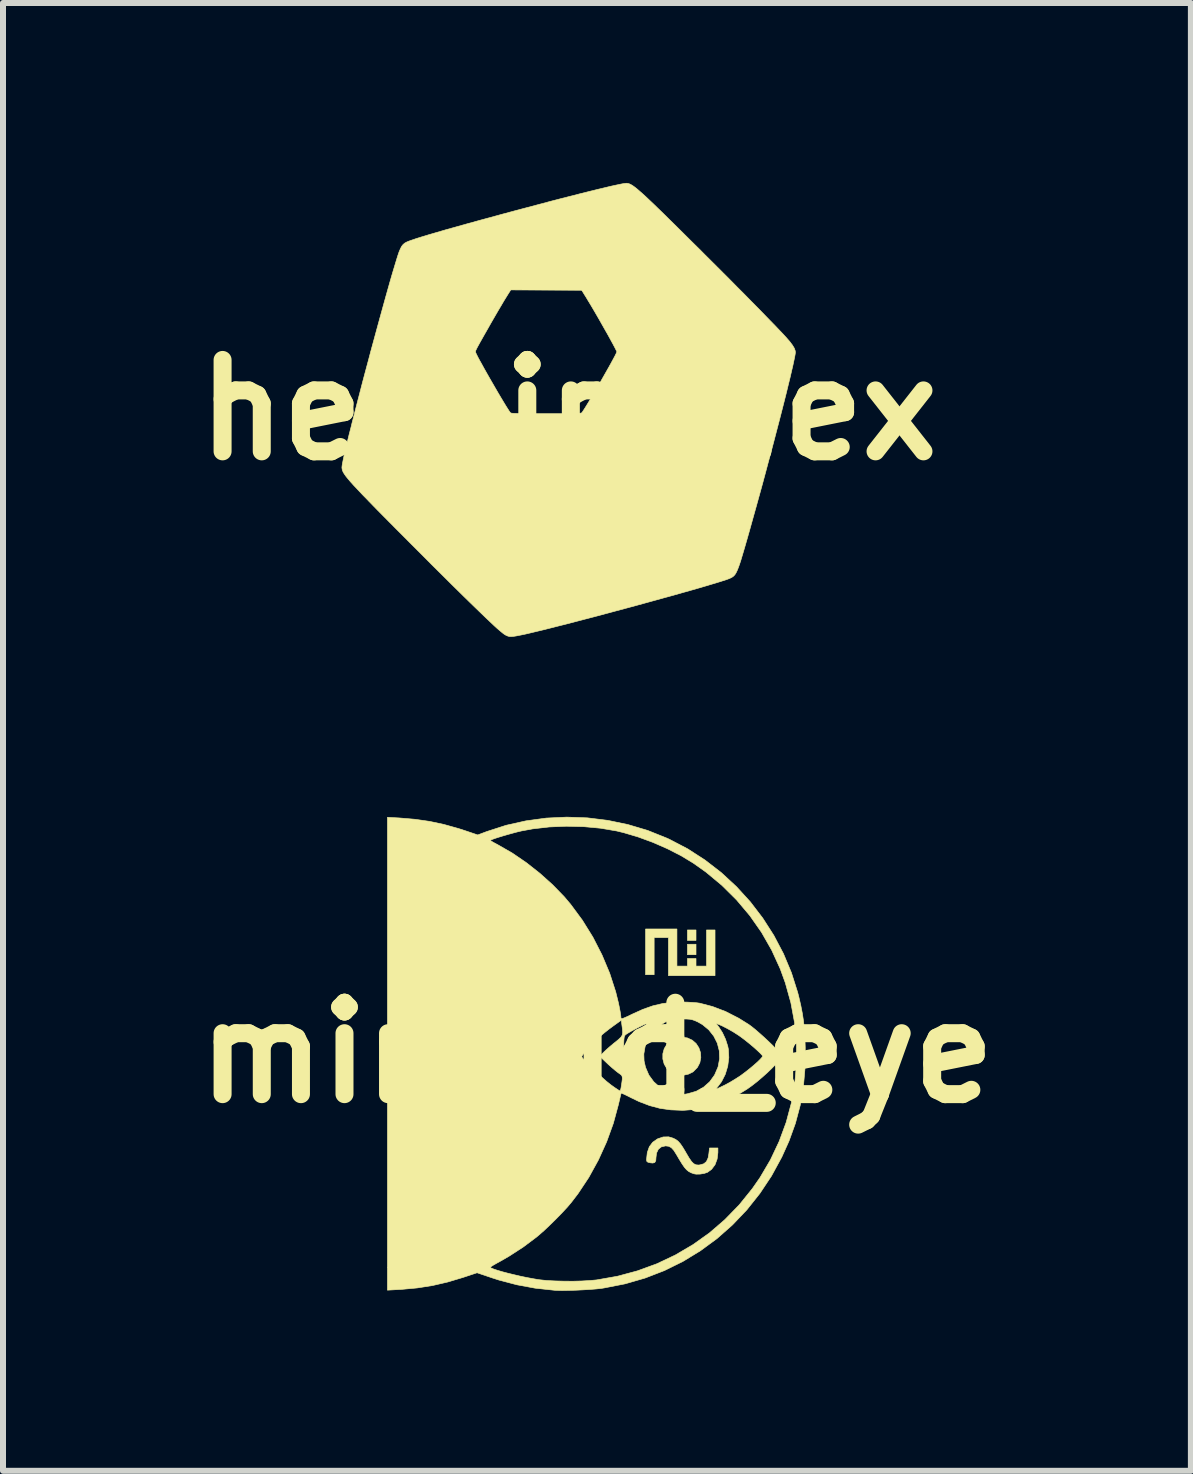
<source format=kicad_pcb>
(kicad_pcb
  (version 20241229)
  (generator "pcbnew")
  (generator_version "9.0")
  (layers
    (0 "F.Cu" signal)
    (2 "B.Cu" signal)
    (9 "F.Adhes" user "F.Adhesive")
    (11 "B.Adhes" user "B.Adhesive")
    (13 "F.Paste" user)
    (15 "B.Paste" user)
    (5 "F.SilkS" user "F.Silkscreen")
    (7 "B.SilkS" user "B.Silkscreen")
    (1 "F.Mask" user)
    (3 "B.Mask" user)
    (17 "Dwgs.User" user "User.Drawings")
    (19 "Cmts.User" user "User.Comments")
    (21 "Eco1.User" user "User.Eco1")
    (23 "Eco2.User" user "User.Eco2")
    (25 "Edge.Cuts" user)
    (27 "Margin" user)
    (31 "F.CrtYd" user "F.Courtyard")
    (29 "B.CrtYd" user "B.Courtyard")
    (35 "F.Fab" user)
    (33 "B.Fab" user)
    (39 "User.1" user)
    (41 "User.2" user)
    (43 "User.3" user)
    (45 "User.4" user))
  (footprint "mimoid_eye"
    (layer "F.Cu")
    (at 6.902 14.501)
    (property "Reference" "mimoid_eye" (at 0 0 0) (layer "F.SilkS") (effects (font (size 1.524 1.524) (thickness 0.3))))
    (attr through_hole)
    (fp_poly (pts (xy 1.651 -1.873) (xy 1.508 -1.873) (xy 1.508 -2.048) (xy 1.651 -2.048) (xy 1.651 -1.873)) (stroke (width 0.01) (type solid)) (fill yes) (layer "F.SilkS"))
    (fp_poly (pts (xy 1.651 -1.635) (xy 1.508 -1.635) (xy 1.508 -1.81) (xy 1.651 -1.81) (xy 1.651 -1.635)) (stroke (width 0.01) (type solid)) (fill yes) (layer "F.SilkS"))
    (fp_poly (pts (xy 1.333 -1.445) (xy 1.508 -1.445) (xy 1.508 -1.572) (xy 1.651 -1.572) (xy 1.651 -1.445) (xy 1.826 -1.445) (xy 1.826 -2.048) (xy 1.968 -2.048) (xy 1.968 -1.286) (xy 1.191 -1.286) (xy 1.191 -1.921) (xy 0.953 -1.921) (xy 0.953 -1.302) (xy 0.81 -1.302) (xy 0.81 -2.064) (xy 1.333 -2.064) (xy 1.333 -1.445)) (stroke (width 0.01) (type solid)) (fill yes) (layer "F.SilkS"))
    (fp_poly (pts (xy 1.508 -0.248) (xy 1.589 -0.21) (xy 1.653 -0.154) (xy 1.699 -0.083) (xy 1.726 -0.003) (xy 1.731 0.081) (xy 1.715 0.165) (xy 1.674 0.244) (xy 1.608 0.312) (xy 1.594 0.322) (xy 1.524 0.356) (xy 1.44 0.374) (xy 1.356 0.375) (xy 1.313 0.366) (xy 1.228 0.324) (xy 1.164 0.262) (xy 1.12 0.187) (xy 1.098 0.103) (xy 1.098 0.016) (xy 1.121 -0.069) (xy 1.167 -0.145) (xy 1.237 -0.208) (xy 1.246 -0.214) (xy 1.304 -0.245) (xy 1.359 -0.259) (xy 1.413 -0.261) (xy 1.508 -0.248)) (stroke (width 0.01) (type solid)) (fill yes) (layer "F.SilkS"))
    (fp_poly (pts (xy 1.266 1.422) (xy 1.312 1.444) (xy 1.351 1.473) (xy 1.388 1.514) (xy 1.429 1.573) (xy 1.477 1.653) (xy 1.487 1.671) (xy 1.536 1.754) (xy 1.576 1.812) (xy 1.612 1.848) (xy 1.649 1.867) (xy 1.691 1.871) (xy 1.719 1.868) (xy 1.781 1.85) (xy 1.825 1.813) (xy 1.853 1.752) (xy 1.865 1.684) (xy 1.876 1.587) (xy 2.016 1.587) (xy 2.016 1.663) (xy 2.003 1.771) (xy 1.968 1.866) (xy 1.911 1.942) (xy 1.843 1.992) (xy 1.787 2.011) (xy 1.718 2.022) (xy 1.653 2.023) (xy 1.617 2.017) (xy 1.57 2) (xy 1.53 1.979) (xy 1.494 1.95) (xy 1.458 1.909) (xy 1.418 1.851) (xy 1.37 1.773) (xy 1.325 1.696) (xy 1.28 1.625) (xy 1.239 1.581) (xy 1.195 1.558) (xy 1.144 1.552) (xy 1.142 1.552) (xy 1.073 1.568) (xy 1.023 1.608) (xy 0.993 1.671) (xy 0.984 1.743) (xy 0.98 1.799) (xy 0.963 1.829) (xy 0.93 1.838) (xy 0.891 1.834) (xy 0.849 1.824) (xy 0.831 1.81) (xy 0.826 1.784) (xy 0.826 1.781) (xy 0.839 1.662) (xy 0.873 1.566) (xy 0.928 1.492) (xy 1.005 1.438) (xy 1.007 1.436) (xy 1.103 1.403) (xy 1.195 1.401) (xy 1.266 1.422)) (stroke (width 0.01) (type solid)) (fill yes) (layer "F.SilkS"))
    (fp_poly (pts (xy -0.161 -3.917) (xy 0.18 -3.875) (xy 0.516 -3.805) (xy 0.845 -3.707) (xy 1.164 -3.579) (xy 1.206 -3.56) (xy 1.512 -3.4) (xy 1.8 -3.214) (xy 2.072 -3.004) (xy 2.324 -2.771) (xy 2.555 -2.518) (xy 2.764 -2.245) (xy 2.949 -1.956) (xy 3.109 -1.652) (xy 3.242 -1.334) (xy 3.346 -1.006) (xy 3.364 -0.936) (xy 3.398 -0.789) (xy 3.424 -0.655) (xy 3.444 -0.524) (xy 3.457 -0.387) (xy 3.467 -0.235) (xy 3.472 -0.087) (xy 3.469 0.249) (xy 3.441 0.569) (xy 3.388 0.876) (xy 3.308 1.176) (xy 3.201 1.472) (xy 3.081 1.738) (xy 2.91 2.052) (xy 2.715 2.345) (xy 2.498 2.618) (xy 2.26 2.868) (xy 2.002 3.096) (xy 1.726 3.299) (xy 1.433 3.478) (xy 1.125 3.63) (xy 0.802 3.755) (xy 0.467 3.852) (xy 0.12 3.92) (xy 0.07 3.928) (xy -0.013 3.937) (xy -0.116 3.945) (xy -0.233 3.952) (xy -0.354 3.958) (xy -0.472 3.961) (xy -0.579 3.963) (xy -0.667 3.961) (xy -0.706 3.959) (xy -1.03 3.924) (xy -1.337 3.867) (xy -1.636 3.788) (xy -1.742 3.754) (xy -1.999 3.667) (xy -2.234 3.745) (xy -2.491 3.822) (xy -2.742 3.88) (xy -2.997 3.92) (xy -3.269 3.945) (xy -3.298 3.946) (xy -3.493 3.957) (xy -3.493 0.064) (xy -0.254 0.064) (xy -0.243 0.084) (xy -0.212 0.121) (xy -0.165 0.17) (xy -0.107 0.229) (xy -0.041 0.293) (xy 0.028 0.358) (xy 0.096 0.42) (xy 0.159 0.476) (xy 0.214 0.52) (xy 0.237 0.538) (xy 0.293 0.578) (xy 0.341 0.61) (xy 0.372 0.63) (xy 0.382 0.635) (xy 0.392 0.621) (xy 0.401 0.586) (xy 0.403 0.572) (xy 0.415 0.494) (xy 0.422 0.441) (xy 0.422 0.406) (xy 0.416 0.386) (xy 0.44 0.386) (xy 0.485 0.419) (xy 0.516 0.439) (xy 0.564 0.467) (xy 0.623 0.499) (xy 0.685 0.533) (xy 0.744 0.563) (xy 0.792 0.587) (xy 0.823 0.601) (xy 0.829 0.603) (xy 0.827 0.592) (xy 0.81 0.563) (xy 0.79 0.536) (xy 0.726 0.434) (xy 0.675 0.317) (xy 0.64 0.195) (xy 0.625 0.076) (xy 0.626 0.02) (xy 0.781 0.02) (xy 0.785 0.135) (xy 0.809 0.241) (xy 0.865 0.371) (xy 0.946 0.482) (xy 1.048 0.573) (xy 1.169 0.64) (xy 1.286 0.677) (xy 1.347 0.69) (xy 1.392 0.695) (xy 1.432 0.695) (xy 1.481 0.688) (xy 1.517 0.681) (xy 1.655 0.641) (xy 1.723 0.603) (xy 1.989 0.603) (xy 1.99 0.603) (xy 2.008 0.597) (xy 2.048 0.578) (xy 2.102 0.552) (xy 2.139 0.534) (xy 2.22 0.49) (xy 2.309 0.436) (xy 2.39 0.384) (xy 2.405 0.373) (xy 2.476 0.32) (xy 2.548 0.263) (xy 2.616 0.206) (xy 2.676 0.153) (xy 2.723 0.107) (xy 2.753 0.073) (xy 2.762 0.056) (xy 2.75 0.037) (xy 2.718 0.003) (xy 2.669 -0.043) (xy 2.61 -0.096) (xy 2.543 -0.152) (xy 2.475 -0.207) (xy 2.409 -0.257) (xy 2.363 -0.29) (xy 2.271 -0.349) (xy 2.174 -0.404) (xy 2.084 -0.45) (xy 2.021 -0.477) (xy 1.999 -0.485) (xy 1.993 -0.482) (xy 2.006 -0.462) (xy 2.031 -0.43) (xy 2.091 -0.337) (xy 2.143 -0.226) (xy 2.18 -0.111) (xy 2.191 -0.057) (xy 2.198 0.081) (xy 2.18 0.222) (xy 2.139 0.358) (xy 2.077 0.481) (xy 2.011 0.568) (xy 1.992 0.592) (xy 1.989 0.603) (xy 1.723 0.603) (xy 1.776 0.574) (xy 1.879 0.483) (xy 1.96 0.371) (xy 2.017 0.239) (xy 2.019 0.233) (xy 2.044 0.099) (xy 2.039 -0.033) (xy 2.006 -0.161) (xy 1.947 -0.278) (xy 1.864 -0.383) (xy 1.759 -0.47) (xy 1.686 -0.512) (xy 1.636 -0.535) (xy 1.594 -0.55) (xy 1.552 -0.559) (xy 1.499 -0.563) (xy 1.425 -0.564) (xy 1.413 -0.564) (xy 1.334 -0.563) (xy 1.276 -0.559) (xy 1.232 -0.551) (xy 1.19 -0.536) (xy 1.155 -0.521) (xy 1.036 -0.449) (xy 0.936 -0.354) (xy 0.857 -0.241) (xy 0.806 -0.115) (xy 0.802 -0.101) (xy 0.781 0.02) (xy 0.626 0.02) (xy 0.628 -0.014) (xy 0.659 -0.152) (xy 0.712 -0.287) (xy 0.771 -0.39) (xy 0.805 -0.44) (xy 0.823 -0.469) (xy 0.825 -0.481) (xy 0.813 -0.48) (xy 0.797 -0.475) (xy 0.756 -0.456) (xy 0.698 -0.427) (xy 0.632 -0.393) (xy 0.568 -0.358) (xy 0.515 -0.327) (xy 0.481 -0.305) (xy 0.481 -0.305) (xy 0.469 -0.294) (xy 0.461 -0.281) (xy 0.454 -0.261) (xy 0.45 -0.229) (xy 0.447 -0.181) (xy 0.445 -0.113) (xy 0.444 -0.02) (xy 0.443 0.054) (xy 0.44 0.386) (xy 0.416 0.386) (xy 0.415 0.383) (xy 0.4 0.366) (xy 0.373 0.346) (xy 0.354 0.333) (xy 0.308 0.297) (xy 0.249 0.247) (xy 0.187 0.192) (xy 0.162 0.168) (xy 0.046 0.058) (xy 0.114 -0.012) (xy 0.159 -0.054) (xy 0.218 -0.106) (xy 0.281 -0.159) (xy 0.306 -0.178) (xy 0.363 -0.225) (xy 0.4 -0.261) (xy 0.421 -0.295) (xy 0.428 -0.336) (xy 0.425 -0.392) (xy 0.415 -0.466) (xy 0.405 -0.543) (xy 0.278 -0.452) (xy 0.205 -0.398) (xy 0.126 -0.336) (xy 0.056 -0.277) (xy 0.041 -0.264) (xy -0.013 -0.213) (xy -0.071 -0.156) (xy -0.128 -0.096) (xy -0.179 -0.039) (xy -0.22 0.011) (xy -0.246 0.047) (xy -0.254 0.064) (xy -3.493 0.064) (xy -3.493 -3.541) (xy -1.778 -3.541) (xy -1.765 -3.531) (xy -1.729 -3.509) (xy -1.677 -3.481) (xy -1.64 -3.461) (xy -1.409 -3.328) (xy -1.178 -3.17) (xy -0.952 -2.992) (xy -0.739 -2.801) (xy -0.545 -2.601) (xy -0.438 -2.474) (xy -0.243 -2.21) (xy -0.068 -1.928) (xy 0.084 -1.631) (xy 0.212 -1.326) (xy 0.312 -1.017) (xy 0.356 -0.839) (xy 0.372 -0.763) (xy 0.385 -0.695) (xy 0.394 -0.643) (xy 0.397 -0.616) (xy 0.4 -0.582) (xy 0.406 -0.567) (xy 0.423 -0.57) (xy 0.463 -0.586) (xy 0.518 -0.61) (xy 0.585 -0.643) (xy 0.585 -0.643) (xy 0.764 -0.724) (xy 0.931 -0.783) (xy 1.097 -0.822) (xy 1.269 -0.842) (xy 1.413 -0.846) (xy 1.501 -0.845) (xy 1.589 -0.84) (xy 1.665 -0.834) (xy 1.714 -0.827) (xy 1.928 -0.771) (xy 2.145 -0.688) (xy 2.362 -0.577) (xy 2.529 -0.473) (xy 2.582 -0.434) (xy 2.645 -0.383) (xy 2.716 -0.321) (xy 2.79 -0.255) (xy 2.864 -0.186) (xy 2.932 -0.12) (xy 2.992 -0.059) (xy 3.039 -0.008) (xy 3.07 0.03) (xy 3.08 0.05) (xy 3.068 0.082) (xy 3.034 0.13) (xy 2.982 0.19) (xy 2.916 0.258) (xy 2.839 0.332) (xy 2.755 0.407) (xy 2.668 0.481) (xy 2.581 0.549) (xy 2.502 0.605) (xy 2.295 0.732) (xy 2.09 0.829) (xy 1.885 0.898) (xy 1.675 0.941) (xy 1.456 0.958) (xy 1.421 0.959) (xy 1.229 0.951) (xy 1.051 0.926) (xy 0.878 0.88) (xy 0.702 0.813) (xy 0.573 0.751) (xy 0.508 0.718) (xy 0.454 0.692) (xy 0.417 0.676) (xy 0.403 0.671) (xy 0.399 0.687) (xy 0.389 0.728) (xy 0.375 0.788) (xy 0.358 0.86) (xy 0.357 0.865) (xy 0.273 1.175) (xy 0.161 1.484) (xy 0.024 1.786) (xy -0.136 2.077) (xy -0.316 2.348) (xy -0.42 2.484) (xy -0.49 2.568) (xy -0.579 2.664) (xy -0.679 2.767) (xy -0.783 2.869) (xy -0.884 2.965) (xy -0.977 3.046) (xy -1.008 3.072) (xy -1.228 3.237) (xy -1.464 3.39) (xy -1.615 3.477) (xy -1.679 3.512) (xy -1.731 3.542) (xy -1.766 3.565) (xy -1.778 3.575) (xy -1.763 3.588) (xy -1.722 3.605) (xy -1.659 3.626) (xy -1.578 3.65) (xy -1.483 3.675) (xy -1.38 3.7) (xy -1.273 3.725) (xy -1.166 3.747) (xy -1.064 3.766) (xy -0.971 3.782) (xy -0.953 3.784) (xy -0.839 3.796) (xy -0.704 3.803) (xy -0.555 3.807) (xy -0.401 3.808) (xy -0.252 3.804) (xy -0.116 3.796) (xy -0.005 3.786) (xy 0.341 3.725) (xy 0.675 3.635) (xy 0.998 3.517) (xy 1.306 3.371) (xy 1.599 3.199) (xy 1.876 3.002) (xy 2.134 2.779) (xy 2.373 2.533) (xy 2.59 2.264) (xy 2.718 2.08) (xy 2.892 1.784) (xy 3.037 1.477) (xy 3.154 1.16) (xy 3.241 0.835) (xy 3.298 0.505) (xy 3.327 0.17) (xy 3.325 -0.166) (xy 3.294 -0.502) (xy 3.232 -0.836) (xy 3.14 -1.166) (xy 3.055 -1.4) (xy 2.913 -1.711) (xy 2.744 -2.007) (xy 2.548 -2.287) (xy 2.327 -2.549) (xy 2.082 -2.792) (xy 1.815 -3.014) (xy 1.603 -3.164) (xy 1.399 -3.287) (xy 1.172 -3.403) (xy 0.932 -3.508) (xy 0.687 -3.598) (xy 0.448 -3.669) (xy 0.329 -3.698) (xy 0.06 -3.744) (xy -0.222 -3.77) (xy -0.511 -3.777) (xy -0.797 -3.765) (xy -1.073 -3.733) (xy -1.257 -3.699) (xy -1.325 -3.683) (xy -1.404 -3.662) (xy -1.487 -3.639) (xy -1.57 -3.615) (xy -1.645 -3.592) (xy -1.709 -3.571) (xy -1.754 -3.554) (xy -1.777 -3.543) (xy -1.778 -3.541) (xy -3.493 -3.541) (xy -3.493 -3.926) (xy -3.294 -3.915) (xy -3.034 -3.893) (xy -2.791 -3.858) (xy -2.552 -3.807) (xy -2.306 -3.738) (xy -2.204 -3.705) (xy -1.988 -3.632) (xy -1.836 -3.689) (xy -1.514 -3.793) (xy -1.183 -3.867) (xy -0.845 -3.913) (xy -0.503 -3.929) (xy -0.161 -3.917)) (stroke (width 0.01) (type solid)) (fill yes) (layer "F.SilkS")))
  (footprint "hex_in_hex"
    (layer "F.Cu")
    (at 6.43 3.785)
    (property "Reference" "hex_in_hex" (at 0 0 0) (layer "F.SilkS") (effects (font (size 1.524 1.524) (thickness 0.3))))
    (attr through_hole)
    (fp_poly (pts (xy 0.976 -3.779) (xy 0.992 -3.776) (xy 1.01 -3.771) (xy 1.03 -3.762) (xy 1.052 -3.75) (xy 1.078 -3.733) (xy 1.108 -3.711) (xy 1.143 -3.683) (xy 1.183 -3.648) (xy 1.23 -3.607) (xy 1.284 -3.558) (xy 1.345 -3.5) (xy 1.415 -3.434) (xy 1.494 -3.357) (xy 1.583 -3.271) (xy 1.682 -3.173) (xy 1.793 -3.064) (xy 1.915 -2.943) (xy 2.05 -2.809) (xy 2.199 -2.662) (xy 2.264 -2.596) (xy 2.405 -2.456) (xy 2.543 -2.318) (xy 2.678 -2.183) (xy 2.808 -2.051) (xy 2.934 -1.925) (xy 3.052 -1.804) (xy 3.164 -1.691) (xy 3.267 -1.585) (xy 3.361 -1.488) (xy 3.445 -1.402) (xy 3.517 -1.326) (xy 3.577 -1.263) (xy 3.624 -1.212) (xy 3.63 -1.205) (xy 3.689 -1.137) (xy 3.732 -1.079) (xy 3.761 -1.031) (xy 3.776 -0.99) (xy 3.78 -0.964) (xy 3.777 -0.936) (xy 3.769 -0.89) (xy 3.756 -0.827) (xy 3.739 -0.747) (xy 3.717 -0.652) (xy 3.692 -0.544) (xy 3.662 -0.423) (xy 3.63 -0.29) (xy 3.594 -0.147) (xy 3.555 0.006) (xy 3.514 0.166) (xy 3.47 0.334) (xy 3.425 0.507) (xy 3.378 0.685) (xy 3.329 0.866) (xy 3.28 1.05) (xy 3.23 1.236) (xy 3.179 1.421) (xy 3.128 1.605) (xy 3.077 1.787) (xy 3.027 1.966) (xy 3.023 1.981) (xy 2.983 2.122) (xy 2.948 2.244) (xy 2.917 2.35) (xy 2.89 2.44) (xy 2.867 2.517) (xy 2.846 2.58) (xy 2.827 2.632) (xy 2.81 2.674) (xy 2.794 2.708) (xy 2.779 2.734) (xy 2.764 2.754) (xy 2.748 2.77) (xy 2.731 2.783) (xy 2.713 2.794) (xy 2.696 2.802) (xy 2.668 2.814) (xy 2.622 2.831) (xy 2.558 2.851) (xy 2.479 2.876) (xy 2.385 2.904) (xy 2.278 2.936) (xy 2.159 2.971) (xy 2.03 3.008) (xy 1.891 3.047) (xy 1.744 3.089) (xy 1.59 3.131) (xy 1.431 3.175) (xy 1.267 3.22) (xy 1.101 3.266) (xy 0.933 3.311) (xy 0.765 3.356) (xy 0.598 3.401) (xy 0.433 3.445) (xy 0.271 3.487) (xy 0.115 3.528) (xy -0.035 3.567) (xy -0.178 3.603) (xy -0.312 3.637) (xy -0.436 3.668) (xy -0.549 3.695) (xy -0.649 3.719) (xy -0.735 3.739) (xy -0.804 3.753) (xy -0.87 3.766) (xy -0.92 3.774) (xy -0.958 3.777) (xy -0.988 3.776) (xy -1.014 3.769) (xy -1.041 3.758) (xy -1.048 3.754) (xy -1.067 3.743) (xy -1.091 3.726) (xy -1.119 3.703) (xy -1.155 3.673) (xy -1.198 3.636) (xy -1.249 3.589) (xy -1.309 3.532) (xy -1.38 3.465) (xy -1.462 3.386) (xy -1.556 3.295) (xy -1.663 3.191) (xy -1.679 3.175) (xy -1.757 3.099) (xy -1.845 3.012) (xy -1.944 2.915) (xy -2.05 2.809) (xy -2.163 2.697) (xy -2.281 2.58) (xy -2.401 2.459) (xy -2.523 2.337) (xy -2.644 2.216) (xy -2.763 2.096) (xy -2.878 1.981) (xy -2.988 1.87) (xy -3.09 1.767) (xy -3.183 1.673) (xy -3.265 1.589) (xy -3.334 1.518) (xy -3.343 1.508) (xy -3.436 1.413) (xy -3.514 1.33) (xy -3.581 1.259) (xy -3.635 1.199) (xy -3.679 1.147) (xy -3.714 1.104) (xy -3.74 1.067) (xy -3.759 1.036) (xy -3.771 1.008) (xy -3.777 0.984) (xy -3.78 0.961) (xy -3.78 0.961) (xy -3.778 0.937) (xy -3.773 0.902) (xy -3.764 0.856) (xy -3.752 0.796) (xy -3.735 0.722) (xy -3.714 0.633) (xy -3.689 0.528) (xy -3.659 0.405) (xy -3.623 0.265) (xy -3.617 0.238) (xy -3.575 0.074) (xy -3.531 -0.097) (xy -3.485 -0.274) (xy -3.438 -0.456) (xy -3.389 -0.64) (xy -3.339 -0.826) (xy -3.301 -0.97) (xy -1.554 -0.97) (xy -1.549 -0.955) (xy -1.535 -0.925) (xy -1.513 -0.881) (xy -1.483 -0.825) (xy -1.447 -0.761) (xy -1.407 -0.688) (xy -1.363 -0.61) (xy -1.317 -0.529) (xy -1.269 -0.446) (xy -1.221 -0.363) (xy -1.174 -0.282) (xy -1.129 -0.206) (xy -1.087 -0.136) (xy -1.05 -0.075) (xy -1.018 -0.024) (xy -0.993 0.015) (xy -0.975 0.04) (xy -0.968 0.048) (xy -0.96 0.051) (xy -0.942 0.054) (xy -0.914 0.056) (xy -0.874 0.057) (xy -0.821 0.059) (xy -0.754 0.06) (xy -0.67 0.06) (xy -0.57 0.061) (xy -0.452 0.061) (xy -0.376 0.061) (xy -0.247 0.061) (xy -0.136 0.061) (xy -0.044 0.06) (xy 0.033 0.059) (xy 0.094 0.058) (xy 0.141 0.057) (xy 0.175 0.055) (xy 0.199 0.053) (xy 0.212 0.05) (xy 0.216 0.048) (xy 0.227 0.035) (xy 0.247 0.005) (xy 0.274 -0.037) (xy 0.308 -0.092) (xy 0.347 -0.156) (xy 0.39 -0.228) (xy 0.435 -0.306) (xy 0.483 -0.387) (xy 0.531 -0.47) (xy 0.578 -0.553) (xy 0.624 -0.634) (xy 0.667 -0.71) (xy 0.706 -0.78) (xy 0.74 -0.843) (xy 0.768 -0.895) (xy 0.788 -0.935) (xy 0.8 -0.961) (xy 0.803 -0.97) (xy 0.798 -0.984) (xy 0.783 -1.014) (xy 0.761 -1.057) (xy 0.731 -1.113) (xy 0.696 -1.177) (xy 0.656 -1.25) (xy 0.611 -1.329) (xy 0.564 -1.412) (xy 0.516 -1.497) (xy 0.467 -1.582) (xy 0.418 -1.666) (xy 0.371 -1.746) (xy 0.326 -1.82) (xy 0.286 -1.887) (xy 0.268 -1.915) (xy 0.218 -1.996) (xy -0.374 -1.999) (xy -0.965 -2.002) (xy -1.009 -1.933) (xy -1.04 -1.883) (xy -1.08 -1.818) (xy -1.127 -1.738) (xy -1.181 -1.647) (xy -1.24 -1.545) (xy -1.303 -1.436) (xy -1.348 -1.356) (xy -1.4 -1.265) (xy -1.443 -1.189) (xy -1.478 -1.127) (xy -1.505 -1.078) (xy -1.525 -1.041) (xy -1.539 -1.013) (xy -1.548 -0.993) (xy -1.553 -0.979) (xy -1.554 -0.97) (xy -1.554 -0.97) (xy -3.301 -0.97) (xy -3.29 -1.011) (xy -3.24 -1.194) (xy -3.191 -1.374) (xy -3.143 -1.549) (xy -3.097 -1.716) (xy -3.053 -1.875) (xy -3.011 -2.024) (xy -2.972 -2.162) (xy -2.936 -2.286) (xy -2.903 -2.395) (xy -2.875 -2.488) (xy -2.852 -2.563) (xy -2.828 -2.634) (xy -2.805 -2.688) (xy -2.784 -2.729) (xy -2.76 -2.759) (xy -2.733 -2.782) (xy -2.704 -2.798) (xy -2.67 -2.813) (xy -2.616 -2.832) (xy -2.543 -2.857) (xy -2.45 -2.886) (xy -2.338 -2.92) (xy -2.207 -2.958) (xy -2.057 -3.002) (xy -1.888 -3.049) (xy -1.7 -3.102) (xy -1.493 -3.159) (xy -1.342 -3.2) (xy -1.119 -3.261) (xy -0.904 -3.319) (xy -0.696 -3.374) (xy -0.496 -3.427) (xy -0.305 -3.478) (xy -0.124 -3.525) (xy 0.046 -3.568) (xy 0.205 -3.609) (xy 0.351 -3.645) (xy 0.484 -3.678) (xy 0.602 -3.706) (xy 0.706 -3.731) (xy 0.794 -3.75) (xy 0.865 -3.765) (xy 0.918 -3.775) (xy 0.953 -3.779) (xy 0.961 -3.78) (xy 0.976 -3.779)) (stroke (width 0.01) (type solid)) (fill yes) (layer "F.SilkS")))
  (gr_rect
    (start -3 -3)
    (end 16.803 21.469)
    (stroke (width 0.1) (type default))
    (fill no)
    (layer "Edge.Cuts")))
</source>
